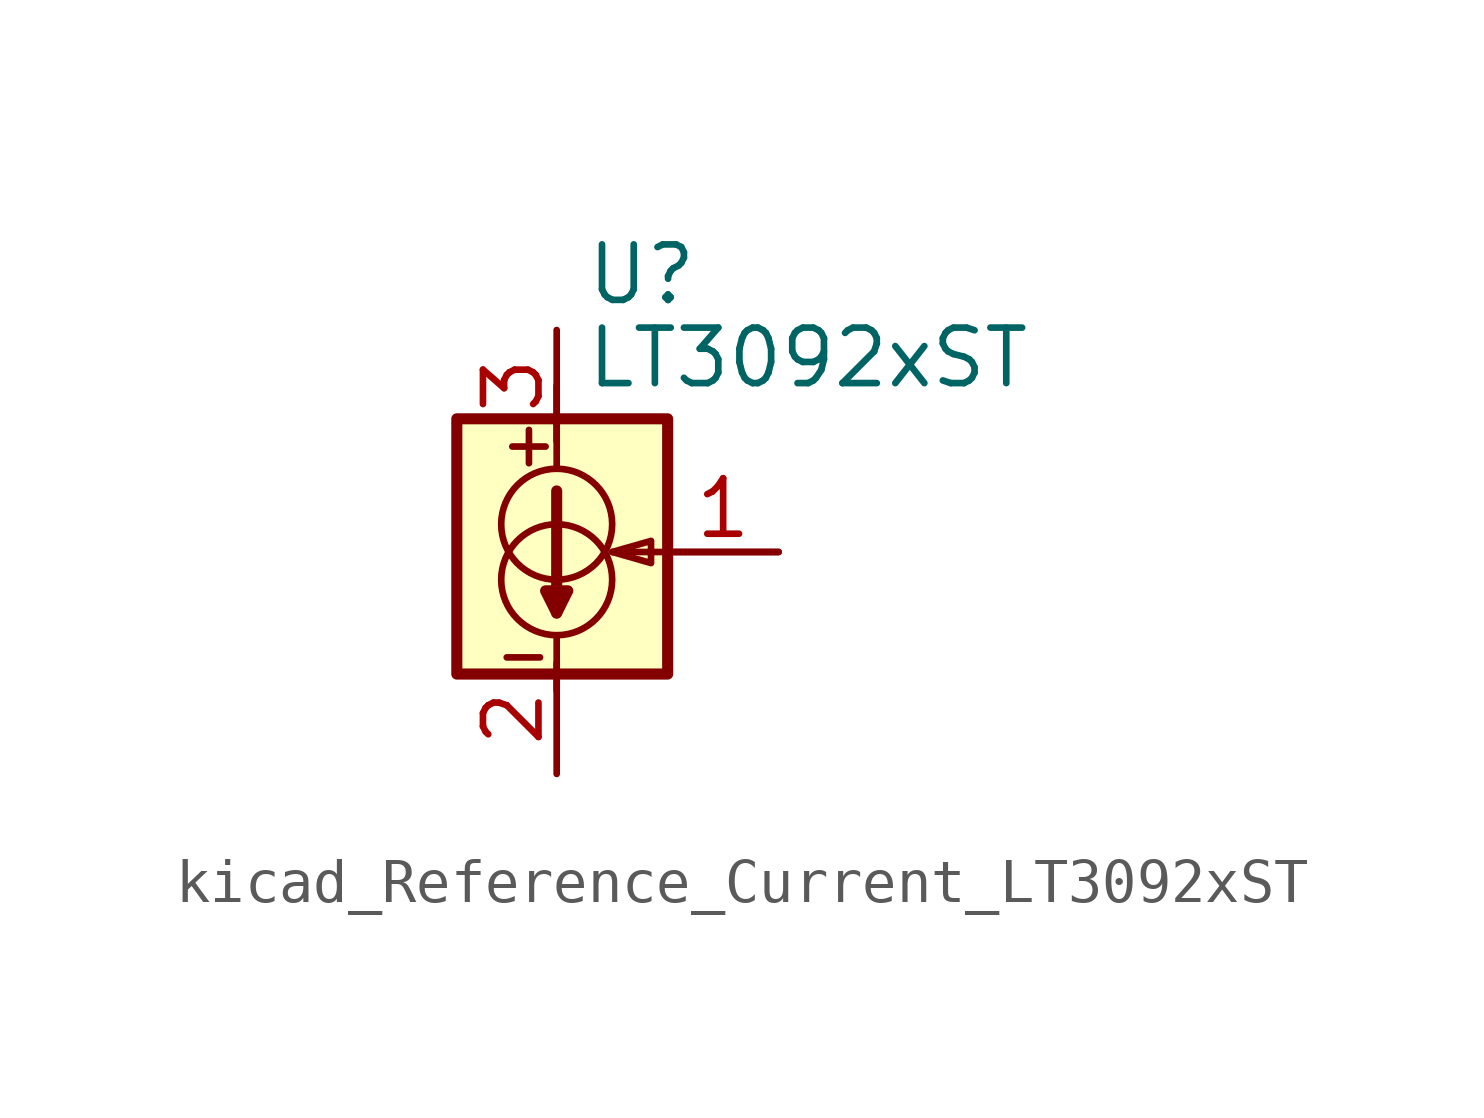
<source format=kicad_sym>
(kicad_symbol_lib
  (version 20220914)
  (generator kicad_symbol_editor)
  (symbol "kicad_Reference_Current_LT3092xST"
    (property "Reference" "U"
      (at 0.635 6.35 0)
      (effects (font (size 1.27 1.27)) (justify left)))
    (property "Value" "LT3092xST"
      (at 0.635 4.445 0)
      (effects (font (size 1.27 1.27)) (justify left)))
    (symbol "kicad_Reference_Current_LT3092xST_0_1"
      (rectangle (start -2.286 3.048) (end 2.54 -2.794) (stroke (width 0.254) (type default)) (fill (type background)))
      (circle (center 0 -0.635) (radius 1.27) (stroke (width 0) (type default)) (fill (type none)))
      (polyline (pts (xy -1.143 -2.413) (xy -0.381 -2.413)) (stroke (width 0) (type default)) (fill (type none)))
      (polyline (pts (xy -1.016 2.413) (xy -0.254 2.413)) (stroke (width 0) (type default)) (fill (type none)))
      (polyline (pts (xy -0.635 2.794) (xy -0.635 2.032)) (stroke (width 0) (type default)) (fill (type none)))
      (polyline (pts (xy 0 -1.905) (xy 0 -3.175)) (stroke (width 0) (type default)) (fill (type none)))
      (polyline (pts (xy 0 1.397) (xy 0 -1.397)) (stroke (width 0.254) (type default)) (fill (type none)))
      (polyline (pts (xy 0 3.81) (xy 0 1.905)) (stroke (width 0) (type default)) (fill (type none)))
      (polyline (pts (xy 5.08 0) (xy 1.27 0)) (stroke (width 0) (type default)) (fill (type none)))
      (polyline (pts (xy 0 -1.397) (xy -0.254 -0.889) (xy 0.254 -0.889) (xy 0 -1.397)) (stroke (width 0.254) (type default)) (fill (type none)))
      (polyline (pts (xy 1.27 0) (xy 2.159 0.254) (xy 2.159 -0.254) (xy 1.27 0)) (stroke (width 0) (type default)) (fill (type none)))
      (circle (center 0 0.635) (radius 1.27) (stroke (width 0) (type default)) (fill (type none))))
    (symbol "kicad_Reference_Current_LT3092xST_1_1"
      (pin passive line (at 5.08 0 180) (length 2.54) (name "~" (effects (font (size 1.27 1.27)))) (number "1" (effects (font (size 1.27 1.27)))))
      (pin passive line (at 0 -5.08 90) (length 2.54) (name "~" (effects (font (size 1.27 1.27)))) (number "2" (effects (font (size 1.27 1.27)))))
      (pin passive line (at 0 5.08 270) (length 2.54) (name "~" (effects (font (size 1.27 1.27)))) (number "3" (effects (font (size 1.27 1.27))))))))
</source>
